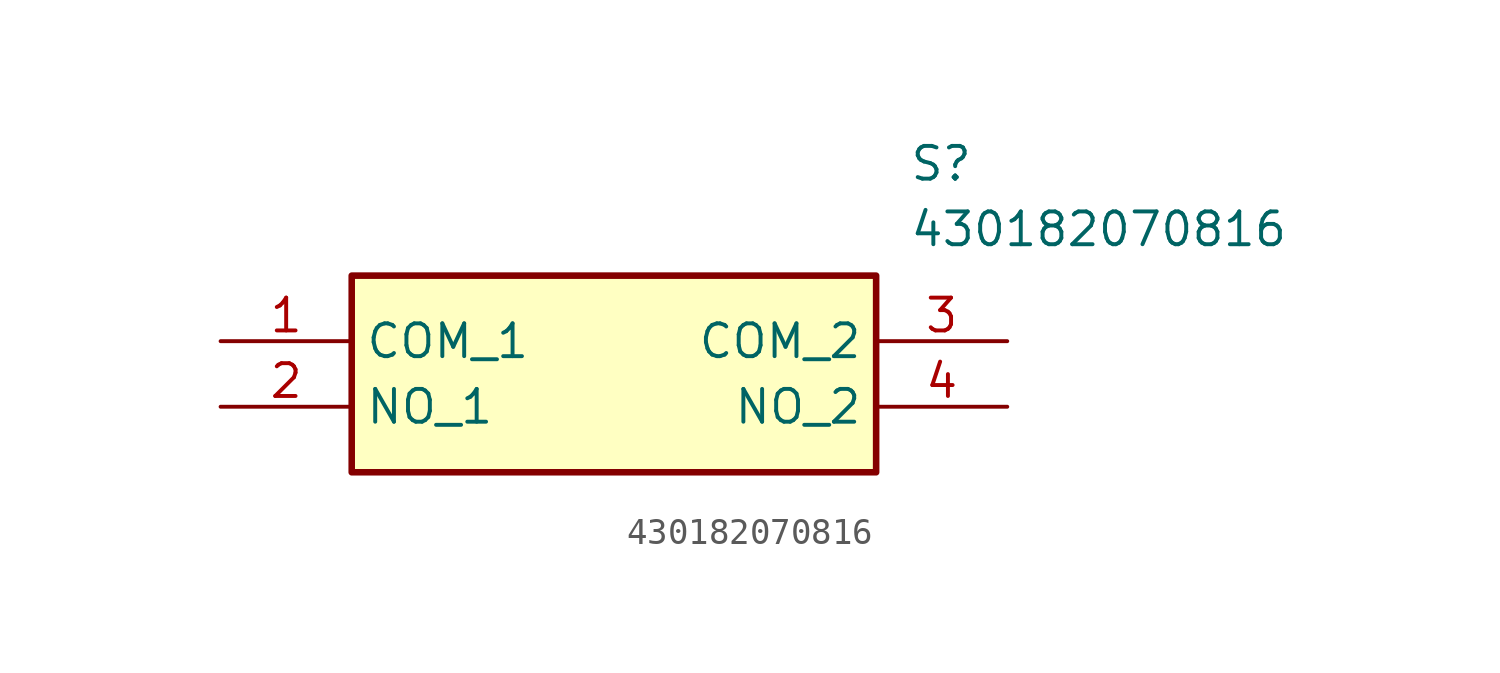
<source format=kicad_sym>
(kicad_symbol_lib
  (version 20211014)
  (generator SamacSys_ECAD_Model)
  (symbol "430182070816"
    (property "Reference" "S"
      (at 26.67 7.62 0)
      (effects (font (size 1.27 1.27)) (justify left top)))
    (property "Value" "430182070816"
      (at 26.67 5.08 0)
      (effects (font (size 1.27 1.27)) (justify left top)))
    (rectangle
      (start 5.08 2.54)
      (end 25.4 -5.08)
      (stroke (width 0.254) (type default))
      (fill (type background)))
    (pin passive line
      (at 0 0 0)
      (length 5.08)
      (name "COM_1" (effects (font (size 1.27 1.27))))
      (number "1" (effects (font (size 1.27 1.27)))))
    (pin passive line
      (at 0 -2.54 0)
      (length 5.08)
      (name "NO_1" (effects (font (size 1.27 1.27))))
      (number "2" (effects (font (size 1.27 1.27)))))
    (pin passive line
      (at 30.48 0 180)
      (length 5.08)
      (name "COM_2" (effects (font (size 1.27 1.27))))
      (number "3" (effects (font (size 1.27 1.27)))))
    (pin passive line
      (at 30.48 -2.54 180)
      (length 5.08)
      (name "NO_2" (effects (font (size 1.27 1.27))))
      (number "4" (effects (font (size 1.27 1.27)))))))
</source>
